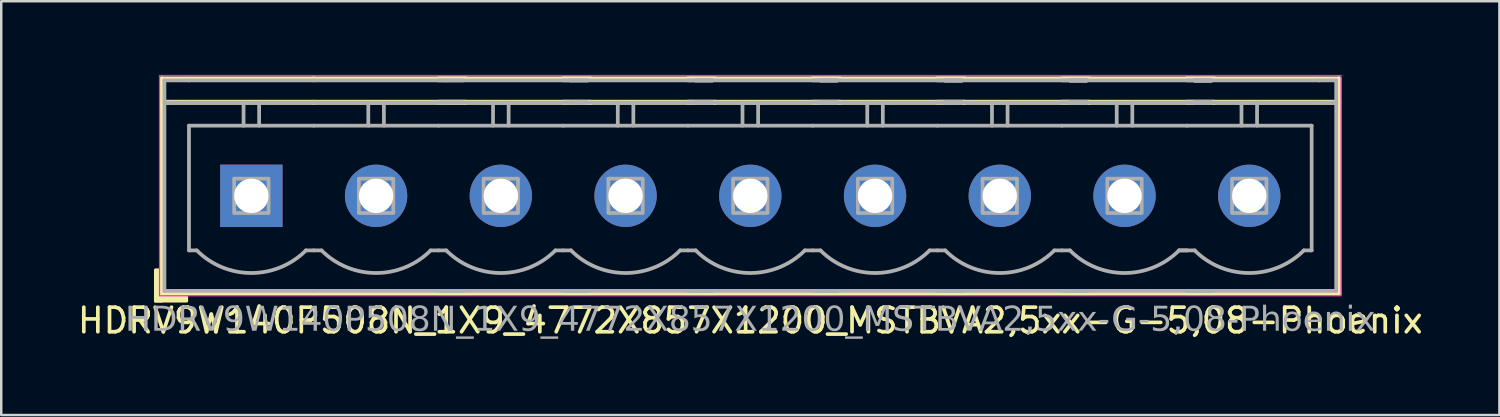
<source format=kicad_pcb>
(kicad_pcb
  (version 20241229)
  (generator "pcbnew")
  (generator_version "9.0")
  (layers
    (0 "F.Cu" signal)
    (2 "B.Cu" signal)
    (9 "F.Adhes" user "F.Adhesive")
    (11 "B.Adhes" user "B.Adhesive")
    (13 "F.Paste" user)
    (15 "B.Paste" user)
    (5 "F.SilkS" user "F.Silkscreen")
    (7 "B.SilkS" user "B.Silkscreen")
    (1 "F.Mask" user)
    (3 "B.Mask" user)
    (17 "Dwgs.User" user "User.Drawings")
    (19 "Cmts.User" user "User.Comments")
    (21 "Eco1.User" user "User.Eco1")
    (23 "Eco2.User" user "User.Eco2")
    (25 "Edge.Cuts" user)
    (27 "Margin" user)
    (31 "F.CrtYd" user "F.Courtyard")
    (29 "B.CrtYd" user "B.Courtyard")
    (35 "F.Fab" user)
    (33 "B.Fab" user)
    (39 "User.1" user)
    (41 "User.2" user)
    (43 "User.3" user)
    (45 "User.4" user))
  (footprint "HDRV9W140P508N_1X9_4772X857X1200_MSTBVA2,5xx-G-5,08-Phoenix"
    (layer "F.Cu")
    (at 27.506 4.925)
    (property "Reference" "HDRV9W140P508N_1X9_4772X857X1200_MSTBVA2,5xx-G-5,08-Phoenix" (at 0 5.08 0) (layer "F.SilkS") (effects (font (size 1 1) (thickness 0.15))))
    (attr through_hole)
    (fp_line (start -23.971 -4.763) (end -23.971 3.969) (stroke (width 0.203) (type solid)) (layer "F.SilkS"))
    (fp_line (start -23.971 -4.763) (end -17.78 -4.763) (stroke (width 0.203) (type solid)) (layer "F.SilkS"))
    (fp_line (start -23.971 -3.81) (end -17.78 -3.81) (stroke (width 0.203) (type solid)) (layer "F.SilkS"))
    (fp_line (start -23.971 3.969) (end -17.78 3.969) (stroke (width 0.203) (type solid)) (layer "F.SilkS"))
    (fp_line (start -11.589 -4.763) (end -17.78 -4.763) (stroke (width 0.203) (type solid)) (layer "F.SilkS"))
    (fp_line (start -11.589 -3.81) (end -17.78 -3.81) (stroke (width 0.203) (type solid)) (layer "F.SilkS"))
    (fp_line (start -11.589 3.969) (end -17.78 3.969) (stroke (width 0.203) (type solid)) (layer "F.SilkS"))
    (fp_line (start -6.509 -4.763) (end -12.7 -4.763) (stroke (width 0.203) (type solid)) (layer "F.SilkS"))
    (fp_line (start -6.509 -3.81) (end -12.7 -3.81) (stroke (width 0.203) (type solid)) (layer "F.SilkS"))
    (fp_line (start -6.509 3.969) (end -12.7 3.969) (stroke (width 0.203) (type solid)) (layer "F.SilkS"))
    (fp_line (start -1.429 -4.763) (end -7.62 -4.763) (stroke (width 0.203) (type solid)) (layer "F.SilkS"))
    (fp_line (start -1.429 -3.81) (end -7.62 -3.81) (stroke (width 0.203) (type solid)) (layer "F.SilkS"))
    (fp_line (start -1.429 3.969) (end -7.62 3.969) (stroke (width 0.203) (type solid)) (layer "F.SilkS"))
    (fp_line (start 3.651 -4.763) (end -2.54 -4.763) (stroke (width 0.203) (type solid)) (layer "F.SilkS"))
    (fp_line (start 3.651 -3.81) (end -2.54 -3.81) (stroke (width 0.203) (type solid)) (layer "F.SilkS"))
    (fp_line (start 3.651 3.969) (end -2.54 3.969) (stroke (width 0.203) (type solid)) (layer "F.SilkS"))
    (fp_line (start 8.731 -4.763) (end 2.54 -4.763) (stroke (width 0.203) (type solid)) (layer "F.SilkS"))
    (fp_line (start 8.731 -3.81) (end 2.54 -3.81) (stroke (width 0.203) (type solid)) (layer "F.SilkS"))
    (fp_line (start 8.731 3.969) (end 2.54 3.969) (stroke (width 0.203) (type solid)) (layer "F.SilkS"))
    (fp_line (start 13.811 -4.763) (end 7.62 -4.763) (stroke (width 0.203) (type solid)) (layer "F.SilkS"))
    (fp_line (start 13.811 -3.81) (end 7.62 -3.81) (stroke (width 0.203) (type solid)) (layer "F.SilkS"))
    (fp_line (start 13.811 3.969) (end 7.62 3.969) (stroke (width 0.203) (type solid)) (layer "F.SilkS"))
    (fp_line (start 18.891 -4.763) (end 12.7 -4.763) (stroke (width 0.203) (type solid)) (layer "F.SilkS"))
    (fp_line (start 18.891 -3.81) (end 12.7 -3.81) (stroke (width 0.203) (type solid)) (layer "F.SilkS"))
    (fp_line (start 18.891 3.969) (end 12.7 3.969) (stroke (width 0.203) (type solid)) (layer "F.SilkS"))
    (fp_line (start 23.971 -4.763) (end 17.78 -4.763) (stroke (width 0.203) (type solid)) (layer "F.SilkS"))
    (fp_line (start 23.971 -4.763) (end 23.971 3.969) (stroke (width 0.203) (type solid)) (layer "F.SilkS"))
    (fp_line (start 23.971 -3.81) (end 17.78 -3.81) (stroke (width 0.203) (type solid)) (layer "F.SilkS"))
    (fp_line (start 23.971 3.969) (end 17.78 3.969) (stroke (width 0.203) (type solid)) (layer "F.SilkS"))
    (fp_rect (start -23.971 3.016) (end -24.225 4.286) (stroke (width 0.12) (type solid)) (fill yes) (layer "F.SilkS"))
    (fp_rect (start -22.955 4.286) (end -24.225 4.032) (stroke (width 0.12) (type solid)) (fill yes) (layer "F.SilkS"))
    (fp_rect (start -24.06 -4.9) (end 24.06 4.07) (stroke (width 0.05) (type default)) (fill no) (layer "F.CrtYd"))
    (fp_line (start -23.86 -4.7) (end -23.86 3.87) (stroke (width 0.152) (type solid)) (layer "F.Fab"))
    (fp_line (start -23.86 -3.8) (end -22.86 -3.8) (stroke (width 0.152) (type solid)) (layer "F.Fab"))
    (fp_line (start -22.86 -4.7) (end -23.86 -4.7) (stroke (width 0.152) (type solid)) (layer "F.Fab"))
    (fp_line (start -22.86 -4.7) (end -17.78 -4.7) (stroke (width 0.152) (type solid)) (layer "F.Fab"))
    (fp_line (start -22.86 -2.858) (end -17.78 -2.858) (stroke (width 0.152) (type default)) (layer "F.Fab"))
    (fp_line (start -22.86 2.222) (end -22.86 -2.858) (stroke (width 0.152) (type default)) (layer "F.Fab"))
    (fp_line (start -22.86 3.87) (end -23.86 3.87) (stroke (width 0.152) (type solid)) (layer "F.Fab"))
    (fp_line (start -22.86 3.87) (end -17.78 3.87) (stroke (width 0.152) (type solid)) (layer "F.Fab"))
    (fp_line (start -22.543 2.222) (end -22.86 2.222) (stroke (width 0.152) (type default)) (layer "F.Fab"))
    (fp_line (start -20.637 -3.8) (end -20.637 -2.858) (stroke (width 0.152) (type default)) (layer "F.Fab"))
    (fp_line (start -20.003 -3.8) (end -20.003 -2.858) (stroke (width 0.152) (type default)) (layer "F.Fab"))
    (fp_line (start -17.78 -4.7) (end -12.383 -4.7) (stroke (width 0.152) (type solid)) (layer "F.Fab"))
    (fp_line (start -17.78 -3.8) (end -22.86 -3.8) (stroke (width 0.152) (type solid)) (layer "F.Fab"))
    (fp_line (start -17.78 -2.858) (end -12.7 -2.858) (stroke (width 0.152) (type default)) (layer "F.Fab"))
    (fp_line (start -17.78 2.222) (end -18.098 2.222) (stroke (width 0.152) (type default)) (layer "F.Fab"))
    (fp_line (start -17.78 3.87) (end -12.383 3.87) (stroke (width 0.152) (type solid)) (layer "F.Fab"))
    (fp_line (start -17.462 2.222) (end -17.78 2.222) (stroke (width 0.152) (type default)) (layer "F.Fab"))
    (fp_line (start -15.557 -3.8) (end -15.557 -2.858) (stroke (width 0.152) (type default)) (layer "F.Fab"))
    (fp_line (start -14.922 -3.8) (end -14.922 -2.858) (stroke (width 0.152) (type default)) (layer "F.Fab"))
    (fp_line (start -12.7 -4.7) (end -7.303 -4.7) (stroke (width 0.152) (type solid)) (layer "F.Fab"))
    (fp_line (start -12.7 -2.858) (end -7.62 -2.858) (stroke (width 0.152) (type default)) (layer "F.Fab"))
    (fp_line (start -12.7 2.222) (end -13.018 2.222) (stroke (width 0.152) (type default)) (layer "F.Fab"))
    (fp_line (start -12.7 3.87) (end -7.303 3.87) (stroke (width 0.152) (type solid)) (layer "F.Fab"))
    (fp_line (start -12.383 -4.7) (end -11.7 -4.7) (stroke (width 0.152) (type solid)) (layer "F.Fab"))
    (fp_line (start -12.383 -3.8) (end -17.78 -3.8) (stroke (width 0.152) (type solid)) (layer "F.Fab"))
    (fp_line (start -12.383 2.222) (end -12.7 2.222) (stroke (width 0.152) (type default)) (layer "F.Fab"))
    (fp_line (start -12.383 3.87) (end -11.7 3.87) (stroke (width 0.152) (type solid)) (layer "F.Fab"))
    (fp_line (start -11.7 -3.8) (end -12.383 -3.8) (stroke (width 0.152) (type solid)) (layer "F.Fab"))
    (fp_line (start -10.477 -3.8) (end -10.477 -2.858) (stroke (width 0.152) (type default)) (layer "F.Fab"))
    (fp_line (start -9.842 -3.8) (end -9.842 -2.858) (stroke (width 0.152) (type default)) (layer "F.Fab"))
    (fp_line (start -7.62 -4.7) (end -2.223 -4.7) (stroke (width 0.152) (type solid)) (layer "F.Fab"))
    (fp_line (start -7.62 -2.858) (end -2.54 -2.858) (stroke (width 0.152) (type default)) (layer "F.Fab"))
    (fp_line (start -7.62 2.222) (end -7.938 2.222) (stroke (width 0.152) (type default)) (layer "F.Fab"))
    (fp_line (start -7.62 3.87) (end -2.223 3.87) (stroke (width 0.152) (type solid)) (layer "F.Fab"))
    (fp_line (start -7.303 -4.7) (end -6.62 -4.7) (stroke (width 0.152) (type solid)) (layer "F.Fab"))
    (fp_line (start -7.303 -4.7) (end -6.62 -4.7) (stroke (width 0.152) (type solid)) (layer "F.Fab"))
    (fp_line (start -7.303 -3.8) (end -12.7 -3.8) (stroke (width 0.152) (type solid)) (layer "F.Fab"))
    (fp_line (start -7.303 2.222) (end -7.62 2.222) (stroke (width 0.152) (type default)) (layer "F.Fab"))
    (fp_line (start -7.303 3.87) (end -6.62 3.87) (stroke (width 0.152) (type solid)) (layer "F.Fab"))
    (fp_line (start -7.303 3.87) (end -6.62 3.87) (stroke (width 0.152) (type solid)) (layer "F.Fab"))
    (fp_line (start -6.62 -3.8) (end -7.303 -3.8) (stroke (width 0.152) (type solid)) (layer "F.Fab"))
    (fp_line (start -6.62 -3.8) (end -7.303 -3.8) (stroke (width 0.152) (type solid)) (layer "F.Fab"))
    (fp_line (start -5.397 -3.8) (end -5.397 -2.858) (stroke (width 0.152) (type default)) (layer "F.Fab"))
    (fp_line (start -4.763 -3.8) (end -4.763 -2.858) (stroke (width 0.152) (type default)) (layer "F.Fab"))
    (fp_line (start -2.54 -4.7) (end 2.857 -4.7) (stroke (width 0.152) (type solid)) (layer "F.Fab"))
    (fp_line (start -2.54 -2.858) (end 2.54 -2.858) (stroke (width 0.152) (type default)) (layer "F.Fab"))
    (fp_line (start -2.54 2.222) (end -2.857 2.222) (stroke (width 0.152) (type default)) (layer "F.Fab"))
    (fp_line (start -2.54 3.87) (end 2.857 3.87) (stroke (width 0.152) (type solid)) (layer "F.Fab"))
    (fp_line (start -2.223 -4.7) (end -1.54 -4.7) (stroke (width 0.152) (type solid)) (layer "F.Fab"))
    (fp_line (start -2.223 -4.7) (end -1.54 -4.7) (stroke (width 0.152) (type solid)) (layer "F.Fab"))
    (fp_line (start -2.223 -4.7) (end -1.54 -4.7) (stroke (width 0.152) (type solid)) (layer "F.Fab"))
    (fp_line (start -2.223 -3.8) (end -7.62 -3.8) (stroke (width 0.152) (type solid)) (layer "F.Fab"))
    (fp_line (start -2.223 2.222) (end -2.54 2.222) (stroke (width 0.152) (type default)) (layer "F.Fab"))
    (fp_line (start -2.223 3.87) (end -1.54 3.87) (stroke (width 0.152) (type solid)) (layer "F.Fab"))
    (fp_line (start -2.223 3.87) (end -1.54 3.87) (stroke (width 0.152) (type solid)) (layer "F.Fab"))
    (fp_line (start -2.223 3.87) (end -1.54 3.87) (stroke (width 0.152) (type solid)) (layer "F.Fab"))
    (fp_line (start -1.54 -3.8) (end -2.223 -3.8) (stroke (width 0.152) (type solid)) (layer "F.Fab"))
    (fp_line (start -1.54 -3.8) (end -2.223 -3.8) (stroke (width 0.152) (type solid)) (layer "F.Fab"))
    (fp_line (start -1.54 -3.8) (end -2.223 -3.8) (stroke (width 0.152) (type solid)) (layer "F.Fab"))
    (fp_line (start -0.318 -3.8) (end -0.318 -2.858) (stroke (width 0.152) (type default)) (layer "F.Fab"))
    (fp_line (start 0.318 -3.8) (end 0.318 -2.858) (stroke (width 0.152) (type default)) (layer "F.Fab"))
    (fp_line (start 2.54 -4.7) (end 7.938 -4.7) (stroke (width 0.152) (type solid)) (layer "F.Fab"))
    (fp_line (start 2.54 -2.858) (end 7.62 -2.858) (stroke (width 0.152) (type default)) (layer "F.Fab"))
    (fp_line (start 2.54 2.222) (end 2.223 2.222) (stroke (width 0.152) (type default)) (layer "F.Fab"))
    (fp_line (start 2.54 3.87) (end 7.938 3.87) (stroke (width 0.152) (type solid)) (layer "F.Fab"))
    (fp_line (start 2.857 -4.7) (end 3.54 -4.7) (stroke (width 0.152) (type solid)) (layer "F.Fab"))
    (fp_line (start 2.857 -4.7) (end 3.54 -4.7) (stroke (width 0.152) (type solid)) (layer "F.Fab"))
    (fp_line (start 2.857 -4.7) (end 3.54 -4.7) (stroke (width 0.152) (type solid)) (layer "F.Fab"))
    (fp_line (start 2.857 -4.7) (end 3.54 -4.7) (stroke (width 0.152) (type solid)) (layer "F.Fab"))
    (fp_line (start 2.857 -3.8) (end -2.54 -3.8) (stroke (width 0.152) (type solid)) (layer "F.Fab"))
    (fp_line (start 2.857 2.222) (end 2.54 2.222) (stroke (width 0.152) (type default)) (layer "F.Fab"))
    (fp_line (start 2.857 3.87) (end 3.54 3.87) (stroke (width 0.152) (type solid)) (layer "F.Fab"))
    (fp_line (start 2.857 3.87) (end 3.54 3.87) (stroke (width 0.152) (type solid)) (layer "F.Fab"))
    (fp_line (start 2.857 3.87) (end 3.54 3.87) (stroke (width 0.152) (type solid)) (layer "F.Fab"))
    (fp_line (start 2.857 3.87) (end 3.54 3.87) (stroke (width 0.152) (type solid)) (layer "F.Fab"))
    (fp_line (start 3.54 -3.8) (end 2.857 -3.8) (stroke (width 0.152) (type solid)) (layer "F.Fab"))
    (fp_line (start 3.54 -3.8) (end 2.857 -3.8) (stroke (width 0.152) (type solid)) (layer "F.Fab"))
    (fp_line (start 3.54 -3.8) (end 2.857 -3.8) (stroke (width 0.152) (type solid)) (layer "F.Fab"))
    (fp_line (start 3.54 -3.8) (end 2.857 -3.8) (stroke (width 0.152) (type solid)) (layer "F.Fab"))
    (fp_line (start 4.763 -3.8) (end 4.763 -2.858) (stroke (width 0.152) (type default)) (layer "F.Fab"))
    (fp_line (start 5.397 -3.8) (end 5.397 -2.858) (stroke (width 0.152) (type default)) (layer "F.Fab"))
    (fp_line (start 7.62 -4.7) (end 13.018 -4.7) (stroke (width 0.152) (type solid)) (layer "F.Fab"))
    (fp_line (start 7.62 -2.858) (end 12.7 -2.858) (stroke (width 0.152) (type default)) (layer "F.Fab"))
    (fp_line (start 7.62 2.222) (end 7.303 2.222) (stroke (width 0.152) (type default)) (layer "F.Fab"))
    (fp_line (start 7.62 3.87) (end 13.018 3.87) (stroke (width 0.152) (type solid)) (layer "F.Fab"))
    (fp_line (start 7.938 -4.7) (end 8.62 -4.7) (stroke (width 0.152) (type solid)) (layer "F.Fab"))
    (fp_line (start 7.938 -4.7) (end 8.62 -4.7) (stroke (width 0.152) (type solid)) (layer "F.Fab"))
    (fp_line (start 7.938 -4.7) (end 8.62 -4.7) (stroke (width 0.152) (type solid)) (layer "F.Fab"))
    (fp_line (start 7.938 -4.7) (end 8.62 -4.7) (stroke (width 0.152) (type solid)) (layer "F.Fab"))
    (fp_line (start 7.938 -4.7) (end 8.62 -4.7) (stroke (width 0.152) (type solid)) (layer "F.Fab"))
    (fp_line (start 7.938 -3.8) (end 2.54 -3.8) (stroke (width 0.152) (type solid)) (layer "F.Fab"))
    (fp_line (start 7.938 2.222) (end 7.62 2.222) (stroke (width 0.152) (type default)) (layer "F.Fab"))
    (fp_line (start 7.938 3.87) (end 8.62 3.87) (stroke (width 0.152) (type solid)) (layer "F.Fab"))
    (fp_line (start 7.938 3.87) (end 8.62 3.87) (stroke (width 0.152) (type solid)) (layer "F.Fab"))
    (fp_line (start 7.938 3.87) (end 8.62 3.87) (stroke (width 0.152) (type solid)) (layer "F.Fab"))
    (fp_line (start 7.938 3.87) (end 8.62 3.87) (stroke (width 0.152) (type solid)) (layer "F.Fab"))
    (fp_line (start 7.938 3.87) (end 8.62 3.87) (stroke (width 0.152) (type solid)) (layer "F.Fab"))
    (fp_line (start 8.62 -3.8) (end 7.938 -3.8) (stroke (width 0.152) (type solid)) (layer "F.Fab"))
    (fp_line (start 8.62 -3.8) (end 7.938 -3.8) (stroke (width 0.152) (type solid)) (layer "F.Fab"))
    (fp_line (start 8.62 -3.8) (end 7.938 -3.8) (stroke (width 0.152) (type solid)) (layer "F.Fab"))
    (fp_line (start 8.62 -3.8) (end 7.938 -3.8) (stroke (width 0.152) (type solid)) (layer "F.Fab"))
    (fp_line (start 8.62 -3.8) (end 7.938 -3.8) (stroke (width 0.152) (type solid)) (layer "F.Fab"))
    (fp_line (start 9.842 -3.8) (end 9.842 -2.858) (stroke (width 0.152) (type default)) (layer "F.Fab"))
    (fp_line (start 10.477 -3.8) (end 10.477 -2.858) (stroke (width 0.152) (type default)) (layer "F.Fab"))
    (fp_line (start 12.7 -4.7) (end 18.098 -4.7) (stroke (width 0.152) (type solid)) (layer "F.Fab"))
    (fp_line (start 12.7 -2.858) (end 17.78 -2.858) (stroke (width 0.152) (type default)) (layer "F.Fab"))
    (fp_line (start 12.7 2.222) (end 12.383 2.222) (stroke (width 0.152) (type default)) (layer "F.Fab"))
    (fp_line (start 12.7 3.87) (end 18.098 3.87) (stroke (width 0.152) (type solid)) (layer "F.Fab"))
    (fp_line (start 13.018 -4.7) (end 13.7 -4.7) (stroke (width 0.152) (type solid)) (layer "F.Fab"))
    (fp_line (start 13.018 -4.7) (end 13.7 -4.7) (stroke (width 0.152) (type solid)) (layer "F.Fab"))
    (fp_line (start 13.018 -4.7) (end 13.7 -4.7) (stroke (width 0.152) (type solid)) (layer "F.Fab"))
    (fp_line (start 13.018 -4.7) (end 13.7 -4.7) (stroke (width 0.152) (type solid)) (layer "F.Fab"))
    (fp_line (start 13.018 -4.7) (end 13.7 -4.7) (stroke (width 0.152) (type solid)) (layer "F.Fab"))
    (fp_line (start 13.018 -4.7) (end 13.7 -4.7) (stroke (width 0.152) (type solid)) (layer "F.Fab"))
    (fp_line (start 13.018 -3.8) (end 7.62 -3.8) (stroke (width 0.152) (type solid)) (layer "F.Fab"))
    (fp_line (start 13.018 2.222) (end 12.7 2.222) (stroke (width 0.152) (type default)) (layer "F.Fab"))
    (fp_line (start 13.018 3.87) (end 13.7 3.87) (stroke (width 0.152) (type solid)) (layer "F.Fab"))
    (fp_line (start 13.018 3.87) (end 13.7 3.87) (stroke (width 0.152) (type solid)) (layer "F.Fab"))
    (fp_line (start 13.018 3.87) (end 13.7 3.87) (stroke (width 0.152) (type solid)) (layer "F.Fab"))
    (fp_line (start 13.018 3.87) (end 13.7 3.87) (stroke (width 0.152) (type solid)) (layer "F.Fab"))
    (fp_line (start 13.018 3.87) (end 13.7 3.87) (stroke (width 0.152) (type solid)) (layer "F.Fab"))
    (fp_line (start 13.018 3.87) (end 13.7 3.87) (stroke (width 0.152) (type solid)) (layer "F.Fab"))
    (fp_line (start 13.7 -3.8) (end 13.018 -3.8) (stroke (width 0.152) (type solid)) (layer "F.Fab"))
    (fp_line (start 13.7 -3.8) (end 13.018 -3.8) (stroke (width 0.152) (type solid)) (layer "F.Fab"))
    (fp_line (start 13.7 -3.8) (end 13.018 -3.8) (stroke (width 0.152) (type solid)) (layer "F.Fab"))
    (fp_line (start 13.7 -3.8) (end 13.018 -3.8) (stroke (width 0.152) (type solid)) (layer "F.Fab"))
    (fp_line (start 13.7 -3.8) (end 13.018 -3.8) (stroke (width 0.152) (type solid)) (layer "F.Fab"))
    (fp_line (start 13.7 -3.8) (end 13.018 -3.8) (stroke (width 0.152) (type solid)) (layer "F.Fab"))
    (fp_line (start 14.922 -3.8) (end 14.922 -2.858) (stroke (width 0.152) (type default)) (layer "F.Fab"))
    (fp_line (start 15.557 -3.8) (end 15.557 -2.858) (stroke (width 0.152) (type default)) (layer "F.Fab"))
    (fp_line (start 17.78 -4.7) (end 23.177 -4.7) (stroke (width 0.152) (type solid)) (layer "F.Fab"))
    (fp_line (start 17.78 -2.858) (end 22.86 -2.858) (stroke (width 0.152) (type default)) (layer "F.Fab"))
    (fp_line (start 17.78 2.222) (end 17.462 2.222) (stroke (width 0.152) (type default)) (layer "F.Fab"))
    (fp_line (start 17.78 2.222) (end 17.462 2.222) (stroke (width 0.152) (type default)) (layer "F.Fab"))
    (fp_line (start 17.78 3.87) (end 23.177 3.87) (stroke (width 0.152) (type solid)) (layer "F.Fab"))
    (fp_line (start 18.098 -4.7) (end 18.78 -4.7) (stroke (width 0.152) (type solid)) (layer "F.Fab"))
    (fp_line (start 18.098 -4.7) (end 18.78 -4.7) (stroke (width 0.152) (type solid)) (layer "F.Fab"))
    (fp_line (start 18.098 -4.7) (end 18.78 -4.7) (stroke (width 0.152) (type solid)) (layer "F.Fab"))
    (fp_line (start 18.098 -4.7) (end 18.78 -4.7) (stroke (width 0.152) (type solid)) (layer "F.Fab"))
    (fp_line (start 18.098 -4.7) (end 18.78 -4.7) (stroke (width 0.152) (type solid)) (layer "F.Fab"))
    (fp_line (start 18.098 -4.7) (end 18.78 -4.7) (stroke (width 0.152) (type solid)) (layer "F.Fab"))
    (fp_line (start 18.098 -4.7) (end 18.78 -4.7) (stroke (width 0.152) (type solid)) (layer "F.Fab"))
    (fp_line (start 18.098 -3.8) (end 12.7 -3.8) (stroke (width 0.152) (type solid)) (layer "F.Fab"))
    (fp_line (start 18.098 2.222) (end 17.78 2.222) (stroke (width 0.152) (type default)) (layer "F.Fab"))
    (fp_line (start 18.098 3.87) (end 18.78 3.87) (stroke (width 0.152) (type solid)) (layer "F.Fab"))
    (fp_line (start 18.098 3.87) (end 18.78 3.87) (stroke (width 0.152) (type solid)) (layer "F.Fab"))
    (fp_line (start 18.098 3.87) (end 18.78 3.87) (stroke (width 0.152) (type solid)) (layer "F.Fab"))
    (fp_line (start 18.098 3.87) (end 18.78 3.87) (stroke (width 0.152) (type solid)) (layer "F.Fab"))
    (fp_line (start 18.098 3.87) (end 18.78 3.87) (stroke (width 0.152) (type solid)) (layer "F.Fab"))
    (fp_line (start 18.098 3.87) (end 18.78 3.87) (stroke (width 0.152) (type solid)) (layer "F.Fab"))
    (fp_line (start 18.098 3.87) (end 18.78 3.87) (stroke (width 0.152) (type solid)) (layer "F.Fab"))
    (fp_line (start 18.78 -3.8) (end 18.098 -3.8) (stroke (width 0.152) (type solid)) (layer "F.Fab"))
    (fp_line (start 18.78 -3.8) (end 18.098 -3.8) (stroke (width 0.152) (type solid)) (layer "F.Fab"))
    (fp_line (start 18.78 -3.8) (end 18.098 -3.8) (stroke (width 0.152) (type solid)) (layer "F.Fab"))
    (fp_line (start 18.78 -3.8) (end 18.098 -3.8) (stroke (width 0.152) (type solid)) (layer "F.Fab"))
    (fp_line (start 18.78 -3.8) (end 18.098 -3.8) (stroke (width 0.152) (type solid)) (layer "F.Fab"))
    (fp_line (start 18.78 -3.8) (end 18.098 -3.8) (stroke (width 0.152) (type solid)) (layer "F.Fab"))
    (fp_line (start 18.78 -3.8) (end 18.098 -3.8) (stroke (width 0.152) (type solid)) (layer "F.Fab"))
    (fp_line (start 20.003 -3.8) (end 20.003 -2.858) (stroke (width 0.152) (type default)) (layer "F.Fab"))
    (fp_line (start 20.637 -3.8) (end 20.637 -2.858) (stroke (width 0.152) (type default)) (layer "F.Fab"))
    (fp_line (start 22.86 2.222) (end 22.543 2.222) (stroke (width 0.152) (type default)) (layer "F.Fab"))
    (fp_line (start 22.86 2.222) (end 22.86 -2.858) (stroke (width 0.152) (type default)) (layer "F.Fab"))
    (fp_line (start 23.177 -4.7) (end 23.86 -4.7) (stroke (width 0.152) (type solid)) (layer "F.Fab"))
    (fp_line (start 23.177 -3.8) (end 17.78 -3.8) (stroke (width 0.152) (type solid)) (layer "F.Fab"))
    (fp_line (start 23.177 3.87) (end 23.86 3.87) (stroke (width 0.152) (type solid)) (layer "F.Fab"))
    (fp_line (start 23.86 -4.7) (end 23.86 3.87) (stroke (width 0.152) (type solid)) (layer "F.Fab"))
    (fp_line (start 23.86 -3.8) (end 23.177 -3.8) (stroke (width 0.152) (type solid)) (layer "F.Fab"))
    (fp_rect (start -19.62 -0.7) (end -21.02 0.7) (stroke (width 0.152) (type solid)) (fill no) (layer "F.Fab"))
    (fp_rect (start -14.54 -0.7) (end -15.94 0.7) (stroke (width 0.152) (type solid)) (fill no) (layer "F.Fab"))
    (fp_rect (start -9.46 -0.7) (end -10.86 0.7) (stroke (width 0.152) (type solid)) (fill no) (layer "F.Fab"))
    (fp_rect (start -4.38 -0.7) (end -5.78 0.7) (stroke (width 0.152) (type solid)) (fill no) (layer "F.Fab"))
    (fp_rect (start 0.7 -0.7) (end -0.7 0.7) (stroke (width 0.152) (type solid)) (fill no) (layer "F.Fab"))
    (fp_rect (start 5.78 -0.7) (end 4.38 0.7) (stroke (width 0.152) (type solid)) (fill no) (layer "F.Fab"))
    (fp_rect (start 10.86 -0.7) (end 9.46 0.7) (stroke (width 0.152) (type solid)) (fill no) (layer "F.Fab"))
    (fp_rect (start 15.94 -0.7) (end 14.54 0.7) (stroke (width 0.152) (type solid)) (fill no) (layer "F.Fab"))
    (fp_rect (start 21.02 -0.7) (end 19.62 0.7) (stroke (width 0.152) (type solid)) (fill no) (layer "F.Fab"))
    (fp_arc (start -18.0975 2.222484) (mid -20.32 3.143076) (end -22.5425 2.222484) (stroke (width 0.1524) (type default)) (layer "F.Fab"))
    (fp_arc (start -13.0175 2.222484) (mid -15.24 3.143076) (end -17.4625 2.222484) (stroke (width 0.1524) (type default)) (layer "F.Fab"))
    (fp_arc (start -7.9375 2.222476) (mid -10.16 3.143068) (end -12.3825 2.222476) (stroke (width 0.1524) (type default)) (layer "F.Fab"))
    (fp_arc (start -2.8575 2.222492) (mid -5.08 3.143084) (end -7.3025 2.222492) (stroke (width 0.1524) (type default)) (layer "F.Fab"))
    (fp_arc (start 2.2225 2.222492) (mid 0 3.143084) (end -2.2225 2.222492) (stroke (width 0.1524) (type default)) (layer "F.Fab"))
    (fp_arc (start 7.3025 2.222492) (mid 5.08 3.143084) (end 2.8575 2.222492) (stroke (width 0.1524) (type default)) (layer "F.Fab"))
    (fp_arc (start 12.3825 2.222492) (mid 10.16 3.143084) (end 7.9375 2.222492) (stroke (width 0.1524) (type default)) (layer "F.Fab"))
    (fp_arc (start 17.4625 2.222492) (mid 15.24 3.143084) (end 13.0175 2.222492) (stroke (width 0.1524) (type default)) (layer "F.Fab"))
    (fp_arc (start 22.5425 2.222492) (mid 20.32 3.143084) (end 18.0975 2.222492) (stroke (width 0.1524) (type default)) (layer "F.Fab"))
    (fp_text user "${REFERENCE}" (at 0 5.08 0) (layer "F.Fab") (effects (font (face "Tahoma") (size 1 1) (thickness 0.15))))
    (pad "1" thru_hole rect (at -20.32 -0.000016) (size 2.54 2.54) (drill 1.4) (layers "*.Cu" "*.Mask"))
    (pad "2" thru_hole circle (at -15.24 -0.000016) (size 2.54 2.54) (drill 1.4) (layers "*.Cu" "*.Mask"))
    (pad "3" thru_hole circle (at -10.16 -0.000024) (size 2.54 2.54) (drill 1.4) (layers "*.Cu" "*.Mask"))
    (pad "4" thru_hole circle (at -5.08 -0.000008) (size 2.54 2.54) (drill 1.4) (layers "*.Cu" "*.Mask"))
    (pad "5" thru_hole circle (at 0 -0.000008) (size 2.54 2.54) (drill 1.4) (layers "*.Cu" "*.Mask"))
    (pad "6" thru_hole circle (at 5.08 -0.000008) (size 2.54 2.54) (drill 1.4) (layers "*.Cu" "*.Mask"))
    (pad "7" thru_hole circle (at 10.16 -0.000008) (size 2.54 2.54) (drill 1.4) (layers "*.Cu" "*.Mask"))
    (pad "8" thru_hole circle (at 15.24 -0.000008) (size 2.54 2.54) (drill 1.4) (layers "*.Cu" "*.Mask"))
    (pad "9" thru_hole circle (at 20.32 -0.000008) (size 2.54 2.54) (drill 1.4) (layers "*.Cu" "*.Mask")))
  (gr_rect
    (start -3 -3)
    (end 58.012 13.853)
    (stroke (width 0.1) (type default))
    (fill no)
    (layer "Edge.Cuts")))
</source>
